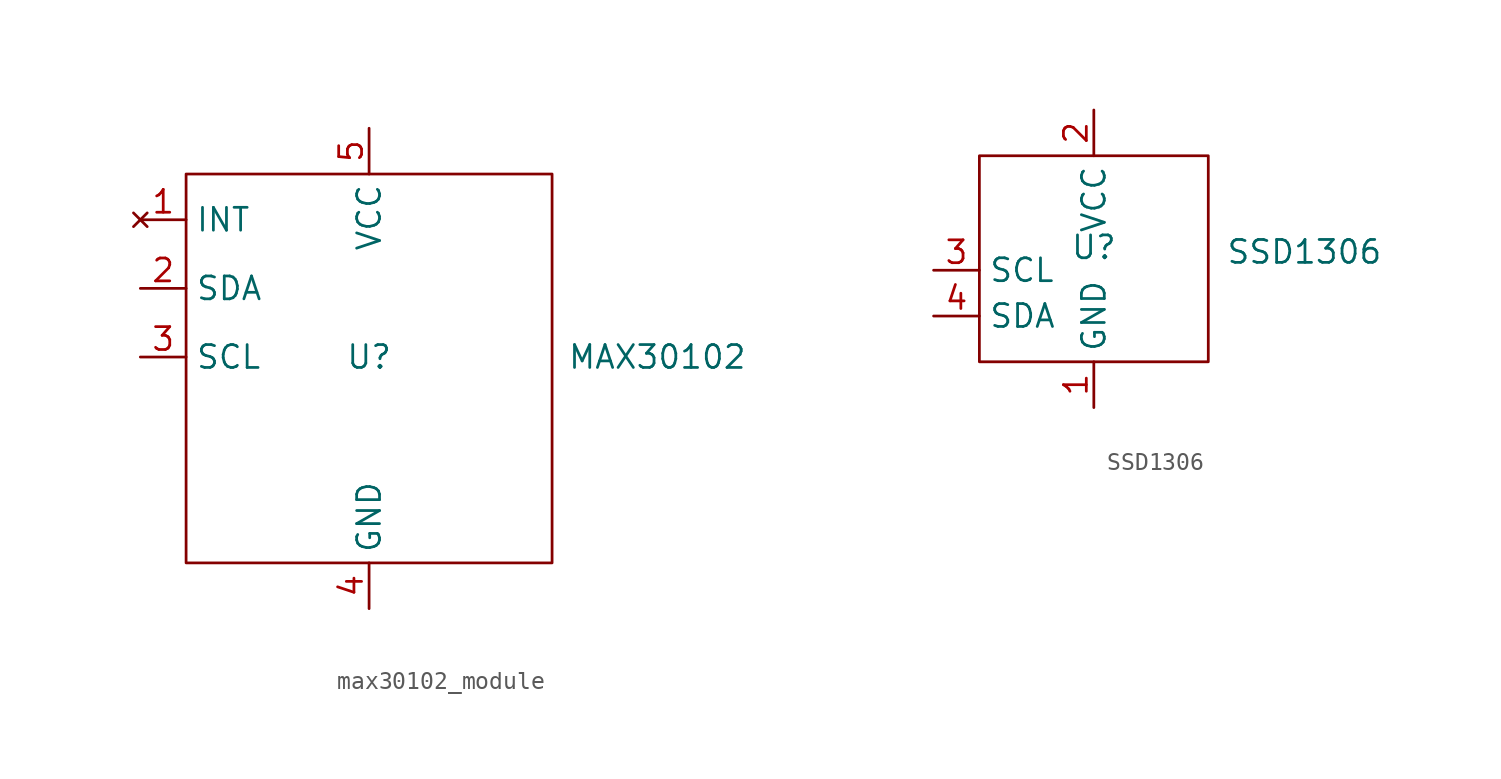
<source format=kicad_sym>
(kicad_symbol_lib
  (version 20231120)
  (generator "kicad_symbol_editor")
  (generator_version "8.0")
  (symbol "max30102_module"
    (property "Reference" "U"
      (at 0 0 0)
      (effects (font (size 1.27 1.27))))
    (property "Value" "MAX30102"
      (at 16.002 0 0)
      (effects (font (size 1.27 1.27))))
    (symbol "max30102_module_0_1"
      (rectangle (start -10.16 10.16) (end 10.16 -11.43) (stroke (width 0) (type default)) (fill (type none))))
    (symbol "max30102_module_1_1"
      (pin no_connect line (at -12.7 7.62 0) (length 2.54) (name "INT" (effects (font (size 1.27 1.27)))) (number "1" (effects (font (size 1.27 1.27)))))
      (pin bidirectional line (at -12.7 3.81 0) (length 2.54) (name "SDA" (effects (font (size 1.27 1.27)))) (number "2" (effects (font (size 1.27 1.27)))))
      (pin input line (at -12.7 0 0) (length 2.54) (name "SCL" (effects (font (size 1.27 1.27)))) (number "3" (effects (font (size 1.27 1.27)))))
      (pin power_in line (at 0 -13.97 90) (length 2.54) (name "GND" (effects (font (size 1.27 1.27)))) (number "4" (effects (font (size 1.27 1.27)))))
      (pin power_in line (at 0 12.7 270) (length 2.54) (name "VCC" (effects (font (size 1.27 1.27)))) (number "5" (effects (font (size 1.27 1.27)))))))
  (symbol "SSD1306"
    (property "Reference" "U"
      (at 0 0 0)
      (effects (font (size 1.27 1.27))))
    (property "Value" "SSD1306"
      (at 11.684 -0.254 0)
      (effects (font (size 1.27 1.27))))
    (symbol "SSD1306_0_1"
      (rectangle (start -6.35 5.08) (end 6.35 -6.35) (stroke (width 0) (type default)) (fill (type none))))
    (symbol "SSD1306_1_1"
      (pin power_in line (at 0 -8.89 90) (length 2.54) (name "GND" (effects (font (size 1.27 1.27)))) (number "1" (effects (font (size 1.27 1.27)))))
      (pin power_in line (at 0 7.62 270) (length 2.54) (name "VCC" (effects (font (size 1.27 1.27)))) (number "2" (effects (font (size 1.27 1.27)))))
      (pin input line (at -8.89 -1.27 0) (length 2.54) (name "SCL" (effects (font (size 1.27 1.27)))) (number "3" (effects (font (size 1.27 1.27)))))
      (pin bidirectional line (at -8.89 -3.81 0) (length 2.54) (name "SDA" (effects (font (size 1.27 1.27)))) (number "4" (effects (font (size 1.27 1.27))))))))
</source>
